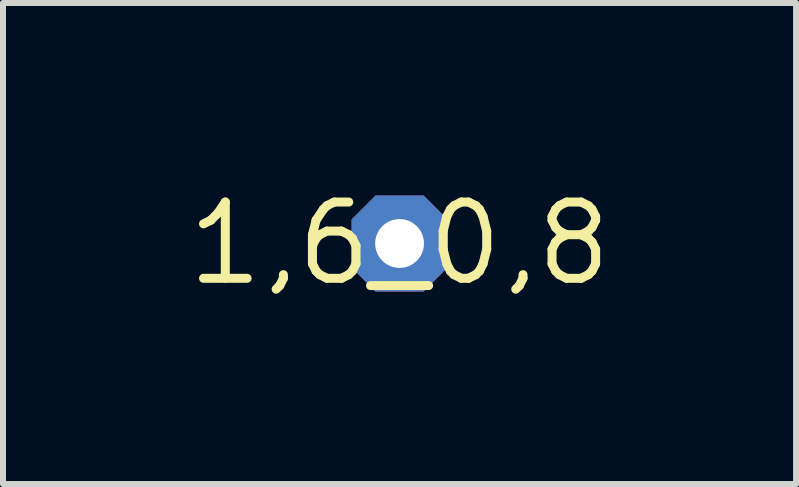
<source format=kicad_pcb>
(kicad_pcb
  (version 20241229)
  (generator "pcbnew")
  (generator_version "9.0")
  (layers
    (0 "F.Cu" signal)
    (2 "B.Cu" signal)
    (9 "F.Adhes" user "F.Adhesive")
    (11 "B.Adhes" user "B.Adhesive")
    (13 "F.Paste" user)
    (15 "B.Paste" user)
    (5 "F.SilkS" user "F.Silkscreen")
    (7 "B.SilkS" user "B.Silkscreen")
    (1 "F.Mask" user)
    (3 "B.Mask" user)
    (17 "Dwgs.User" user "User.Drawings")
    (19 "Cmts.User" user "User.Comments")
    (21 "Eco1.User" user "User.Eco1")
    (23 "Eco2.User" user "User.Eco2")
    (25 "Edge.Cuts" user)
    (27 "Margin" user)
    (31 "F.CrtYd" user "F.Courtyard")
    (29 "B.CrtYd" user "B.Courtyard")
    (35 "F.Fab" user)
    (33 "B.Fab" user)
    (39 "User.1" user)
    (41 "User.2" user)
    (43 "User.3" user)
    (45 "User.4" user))
  (footprint "1,6_0,8"
    (layer "F.Cu")
    (at 3.606 1.006)
    (property "Reference" "1,6_0,8" (at 0 0 0) (layer "F.SilkS") (effects (font (size 1.27 1.27) (thickness 0.15))))
    (pad "1" thru_hole roundrect (at 0 0) (size 1.6 1.6) (drill 0.813) (layers "*.Cu" "*.Mask") (roundrect_rratio 0.25) (chamfer_ratio 0.25) (chamfer top_left top_right bottom_left bottom_right)))
  (gr_rect
    (start -3 -3)
    (end 10.211 5.012)
    (stroke (width 0.1) (type default))
    (fill no)
    (layer "Edge.Cuts")))
</source>
